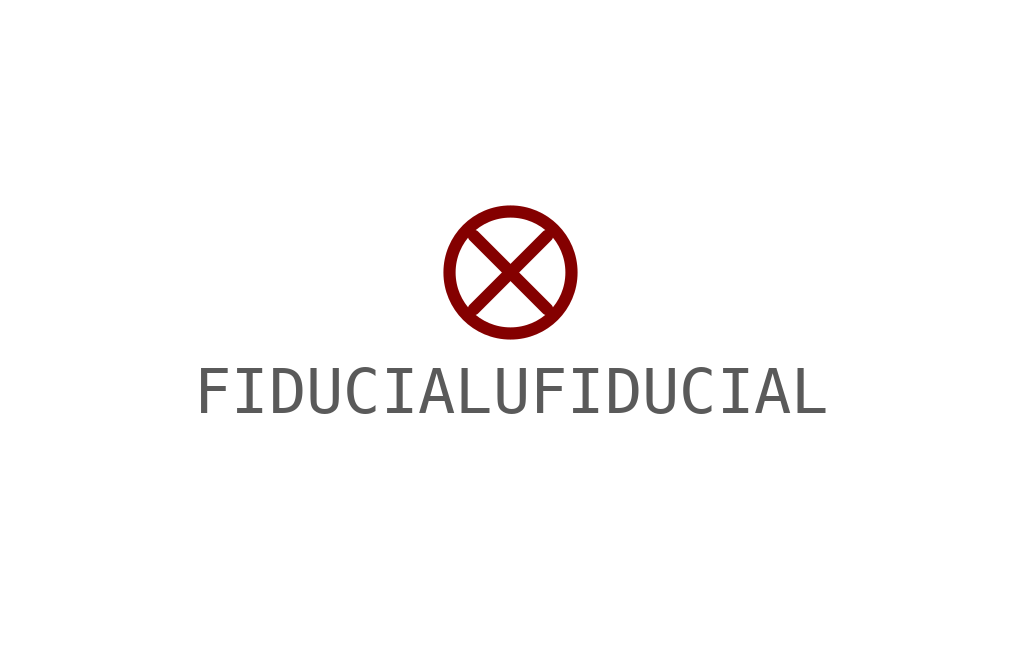
<source format=kicad_sym>
(kicad_symbol_lib
  (version 20231120)
  (generator "kicad_symbol_editor")
  (generator_version "8.0")
  (symbol "FIDUCIALUFIDUCIAL"
    (property "Reference" "FID"
      (at 0 0 0)
      (effects (font (size 1.27 1.27)) (hide yes)))
    (property "ki_locked" ""
      (at 0 0 0)
      (effects (font (size 1.27 1.27))))
    (symbol "FIDUCIALUFIDUCIAL_1_0"
      (polyline (pts (xy -0.762 0.762) (xy 0.762 -0.762)) (stroke (width 0.254) (type solid)) (fill (type none)))
      (polyline (pts (xy 0.762 0.762) (xy -0.762 -0.762)) (stroke (width 0.254) (type solid)) (fill (type none)))
      (circle (center 0 0) (radius 1.27) (stroke (width 0.254) (type solid)) (fill (type none))))))
</source>
